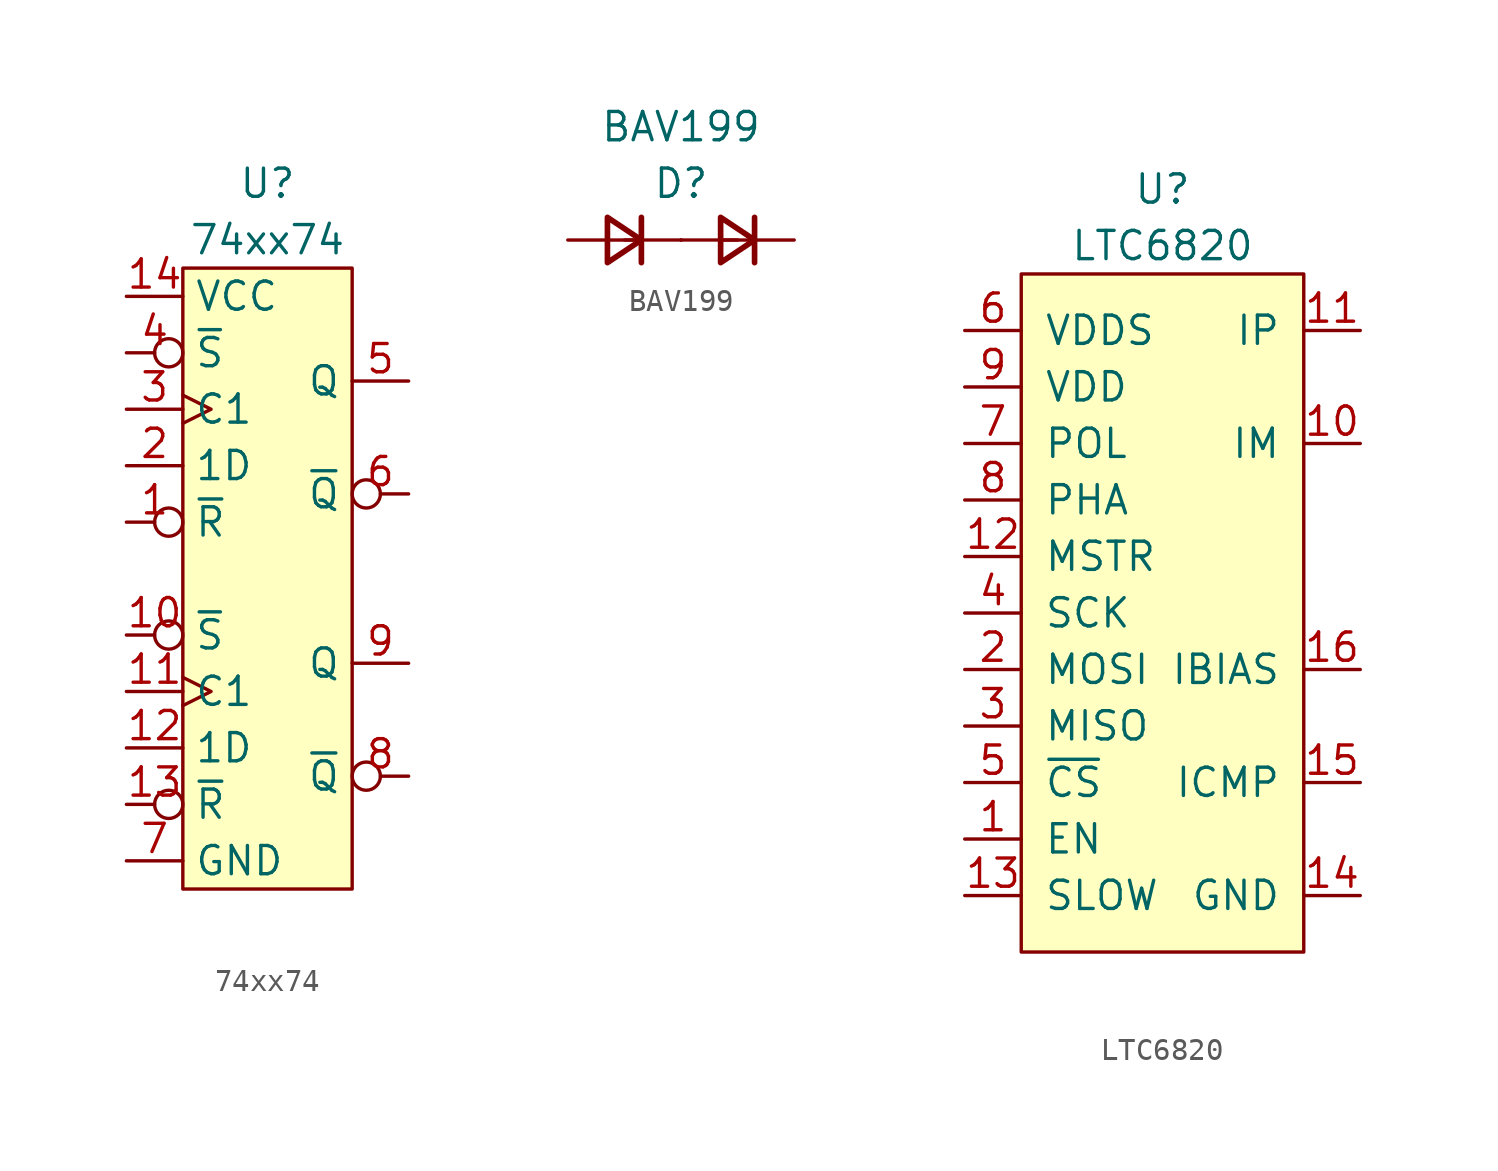
<source format=kicad_sym>
(kicad_symbol_lib
  (version 20211014)
  (generator kicad_symbol_editor)
  (symbol "74xx74"
    (property "Reference" "U"
      (at 0 17.78 0)
      (effects (font (size 1.27 1.27))))
    (property "Value" "74xx74"
      (at 0 15.24 0)
      (effects (font (size 1.27 1.27))))
    (symbol "74xx74_0_1"
      (rectangle (start -3.81 13.97) (end 3.81 -13.97) (stroke (width 0) (type default) (color 0 0 0 0)) (fill (type background))))
    (symbol "74xx74_1_1"
      (pin input inverted (at -6.35 2.54 0) (length 2.54) (name "~{R}" (effects (font (size 1.27 1.27)))) (number "1" (effects (font (size 1.27 1.27)))))
      (pin input inverted (at -6.35 -2.54 0) (length 2.54) (name "~{S}" (effects (font (size 1.27 1.27)))) (number "10" (effects (font (size 1.27 1.27)))))
      (pin input clock (at -6.35 -5.08 0) (length 2.54) (name "C1" (effects (font (size 1.27 1.27)))) (number "11" (effects (font (size 1.27 1.27)))))
      (pin input line (at -6.35 -7.62 0) (length 2.54) (name "1D" (effects (font (size 1.27 1.27)))) (number "12" (effects (font (size 1.27 1.27)))))
      (pin input inverted (at -6.35 -10.16 0) (length 2.54) (name "~{R}" (effects (font (size 1.27 1.27)))) (number "13" (effects (font (size 1.27 1.27)))))
      (pin input line (at -6.35 12.7 0) (length 2.54) (name "VCC" (effects (font (size 1.27 1.27)))) (number "14" (effects (font (size 1.27 1.27)))))
      (pin input line (at -6.35 5.08 0) (length 2.54) (name "1D" (effects (font (size 1.27 1.27)))) (number "2" (effects (font (size 1.27 1.27)))))
      (pin input clock (at -6.35 7.62 0) (length 2.54) (name "C1" (effects (font (size 1.27 1.27)))) (number "3" (effects (font (size 1.27 1.27)))))
      (pin input inverted (at -6.35 10.16 0) (length 2.54) (name "~{S}" (effects (font (size 1.27 1.27)))) (number "4" (effects (font (size 1.27 1.27)))))
      (pin output line (at 6.35 8.89 180) (length 2.54) (name "Q" (effects (font (size 1.27 1.27)))) (number "5" (effects (font (size 1.27 1.27)))))
      (pin output inverted (at 6.35 3.81 180) (length 2.54) (name "~{Q}" (effects (font (size 1.27 1.27)))) (number "6" (effects (font (size 1.27 1.27)))))
      (pin input line (at -6.35 -12.7 0) (length 2.54) (name "GND" (effects (font (size 1.27 1.27)))) (number "7" (effects (font (size 1.27 1.27)))))
      (pin output inverted (at 6.35 -8.89 180) (length 2.54) (name "~{Q}" (effects (font (size 1.27 1.27)))) (number "8" (effects (font (size 1.27 1.27)))))
      (pin output line (at 6.35 -3.81 180) (length 2.54) (name "Q" (effects (font (size 1.27 1.27)))) (number "9" (effects (font (size 1.27 1.27)))))))
  (symbol "BAV199"
    (pin_numbers hide)
    (pin_names
      (offset 0.025) hide)
    (property "Reference" "D"
      (at 0 2.54 0)
      (effects (font (size 1.27 1.27))))
    (property "Value" "BAV199"
      (at 0 5.08 0)
      (effects (font (size 1.27 1.27))))
    (symbol "BAV199_0_1"
      (polyline (pts (xy -1.778 0) (xy -3.302 0)) (stroke (width 0) (type default) (color 0 0 0 0)) (fill (type none)))
      (polyline (pts (xy -1.778 1.016) (xy -1.778 -1.016)) (stroke (width 0.254) (type default) (color 0 0 0 0)) (fill (type none)))
      (polyline (pts (xy 0 0) (xy -2.54 0)) (stroke (width 0.152) (type default) (color 0 0 0 0)) (fill (type none)))
      (polyline (pts (xy 0 0) (xy 2.54 0)) (stroke (width 0.152) (type default) (color 0 0 0 0)) (fill (type none)))
      (polyline (pts (xy 3.302 0) (xy 1.778 0)) (stroke (width 0) (type default) (color 0 0 0 0)) (fill (type none)))
      (polyline (pts (xy 3.302 1.016) (xy 3.302 -1.016)) (stroke (width 0.254) (type default) (color 0 0 0 0)) (fill (type none)))
      (polyline (pts (xy -3.302 1.016) (xy -1.778 0) (xy -3.302 -1.016) (xy -3.302 1.016)) (stroke (width 0.254) (type default) (color 0 0 0 0)) (fill (type none)))
      (polyline (pts (xy 1.778 1.016) (xy 3.302 0) (xy 1.778 -1.016) (xy 1.778 1.016)) (stroke (width 0.254) (type default) (color 0 0 0 0)) (fill (type none))))
    (symbol "BAV199_1_1"
      (pin passive line (at -5.08 0 0) (length 1.778) (name "A" (effects (font (size 1.27 1.27)))) (number "1" (effects (font (size 1.27 1.27)))))
      (pin passive line (at 5.08 0 180) (length 1.778) (name "K" (effects (font (size 1.27 1.27)))) (number "2" (effects (font (size 1.27 1.27)))))
      (pin passive line (at 0 0 180) (length 0) (name "K" (effects (font (size 1.27 1.27)))) (number "3" (effects (font (size 1.27 1.27)))))))
  (symbol "LTC6820"
    (pin_names
      (offset 1.016))
    (property "Reference" "U"
      (at 0 19.05 0)
      (effects (font (size 1.27 1.27))))
    (property "Value" "LTC6820"
      (at 0 16.51 0)
      (effects (font (size 1.27 1.27))))
    (symbol "LTC6820_0_1"
      (rectangle (start -6.35 15.24) (end 6.35 -15.24) (stroke (width 0) (type default) (color 0 0 0 0)) (fill (type background))))
    (symbol "LTC6820_1_1"
      (pin input line (at -8.89 -10.16 0) (length 2.54) (name "EN" (effects (font (size 1.27 1.27)))) (number "1" (effects (font (size 1.27 1.27)))))
      (pin bidirectional line (at 8.89 7.62 180) (length 2.54) (name "IM" (effects (font (size 1.27 1.27)))) (number "10" (effects (font (size 1.27 1.27)))))
      (pin bidirectional line (at 8.89 12.7 180) (length 2.54) (name "IP" (effects (font (size 1.27 1.27)))) (number "11" (effects (font (size 1.27 1.27)))))
      (pin input line (at -8.89 2.54 0) (length 2.54) (name "MSTR" (effects (font (size 1.27 1.27)))) (number "12" (effects (font (size 1.27 1.27)))))
      (pin input line (at -8.89 -12.7 0) (length 2.54) (name "SLOW" (effects (font (size 1.27 1.27)))) (number "13" (effects (font (size 1.27 1.27)))))
      (pin power_in line (at 8.89 -12.7 180) (length 2.54) (name "GND" (effects (font (size 1.27 1.27)))) (number "14" (effects (font (size 1.27 1.27)))))
      (pin input line (at 8.89 -7.62 180) (length 2.54) (name "ICMP" (effects (font (size 1.27 1.27)))) (number "15" (effects (font (size 1.27 1.27)))))
      (pin output line (at 8.89 -2.54 180) (length 2.54) (name "IBIAS" (effects (font (size 1.27 1.27)))) (number "16" (effects (font (size 1.27 1.27)))))
      (pin input line (at -8.89 -2.54 0) (length 2.54) (name "MOSI" (effects (font (size 1.27 1.27)))) (number "2" (effects (font (size 1.27 1.27)))))
      (pin output line (at -8.89 -5.08 0) (length 2.54) (name "MISO" (effects (font (size 1.27 1.27)))) (number "3" (effects (font (size 1.27 1.27)))))
      (pin input line (at -8.89 0 0) (length 2.54) (name "SCK" (effects (font (size 1.27 1.27)))) (number "4" (effects (font (size 1.27 1.27)))))
      (pin input line (at -8.89 -7.62 0) (length 2.54) (name "~{CS}" (effects (font (size 1.27 1.27)))) (number "5" (effects (font (size 1.27 1.27)))))
      (pin power_in line (at -8.89 12.7 0) (length 2.54) (name "VDDS" (effects (font (size 1.27 1.27)))) (number "6" (effects (font (size 1.27 1.27)))))
      (pin input line (at -8.89 7.62 0) (length 2.54) (name "POL" (effects (font (size 1.27 1.27)))) (number "7" (effects (font (size 1.27 1.27)))))
      (pin input line (at -8.89 5.08 0) (length 2.54) (name "PHA" (effects (font (size 1.27 1.27)))) (number "8" (effects (font (size 1.27 1.27)))))
      (pin power_in line (at -8.89 10.16 0) (length 2.54) (name "VDD" (effects (font (size 1.27 1.27)))) (number "9" (effects (font (size 1.27 1.27))))))))
</source>
